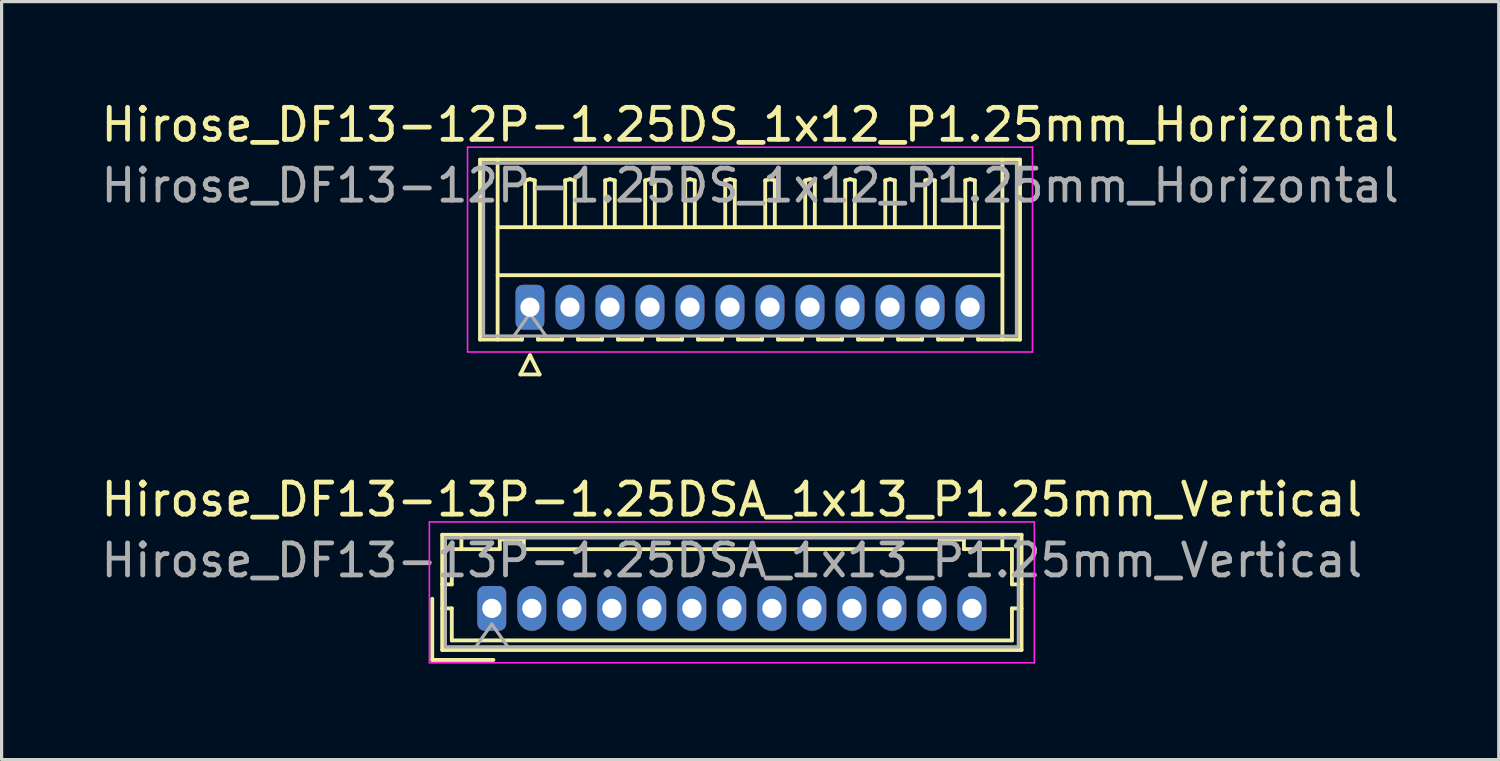
<source format=kicad_pcb>
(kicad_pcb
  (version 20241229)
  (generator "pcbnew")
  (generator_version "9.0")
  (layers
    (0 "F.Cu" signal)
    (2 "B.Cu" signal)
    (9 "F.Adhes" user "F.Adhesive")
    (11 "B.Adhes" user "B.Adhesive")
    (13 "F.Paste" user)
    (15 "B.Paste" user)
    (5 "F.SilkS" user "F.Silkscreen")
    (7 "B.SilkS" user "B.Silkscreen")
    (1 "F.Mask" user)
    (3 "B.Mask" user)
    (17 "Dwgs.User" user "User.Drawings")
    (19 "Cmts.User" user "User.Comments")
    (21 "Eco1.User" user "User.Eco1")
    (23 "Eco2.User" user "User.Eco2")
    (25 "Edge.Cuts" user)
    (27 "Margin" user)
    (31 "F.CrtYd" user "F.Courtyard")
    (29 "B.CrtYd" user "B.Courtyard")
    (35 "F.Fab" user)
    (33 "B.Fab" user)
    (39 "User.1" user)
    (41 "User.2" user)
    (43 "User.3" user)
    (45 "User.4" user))
  (footprint "Hirose_DF13-12P-1.25DS_1x12_P1.25mm_Horizontal"
    (layer "F.Cu")
    (at 13.507 6.548)
    (property "Reference" "Hirose_DF13-12P-1.25DS_1x12_P1.25mm_Horizontal" (at 6.88 -5.7 0) (layer "F.SilkS") (effects (font (size 1 1) (thickness 0.15))))
    (attr through_hole)
    (fp_line (start -1.56 -4.61) (end 15.31 -4.61) (stroke (width 0.12) (type solid)) (layer "F.SilkS"))
    (fp_line (start -1.56 1.01) (end -1.56 -4.61) (stroke (width 0.12) (type solid)) (layer "F.SilkS"))
    (fp_line (start -1.01 -4.61) (end -1.01 1.01) (stroke (width 0.12) (type solid)) (layer "F.SilkS"))
    (fp_line (start -1.01 -2.5) (end 14.76 -2.5) (stroke (width 0.12) (type solid)) (layer "F.SilkS"))
    (fp_line (start -1.01 -1) (end 14.76 -1) (stroke (width 0.12) (type solid)) (layer "F.SilkS"))
    (fp_line (start -0.3 2.1) (end 0.3 2.1) (stroke (width 0.12) (type solid)) (layer "F.SilkS"))
    (fp_line (start -0.25 0.96) (end -0.25 1.01) (stroke (width 0.12) (type solid)) (layer "F.SilkS"))
    (fp_line (start -0.25 1.01) (end -1.56 1.01) (stroke (width 0.12) (type solid)) (layer "F.SilkS"))
    (fp_line (start -0.15 -3.962) (end 0 -4) (stroke (width 0.12) (type solid)) (layer "F.SilkS"))
    (fp_line (start -0.15 -2.5) (end -0.15 -3.962) (stroke (width 0.12) (type solid)) (layer "F.SilkS"))
    (fp_line (start 0 -4) (end 0.15 -3.962) (stroke (width 0.12) (type solid)) (layer "F.SilkS"))
    (fp_line (start 0 1.5) (end -0.3 2.1) (stroke (width 0.12) (type solid)) (layer "F.SilkS"))
    (fp_line (start 0.15 -3.962) (end 0.15 -2.5) (stroke (width 0.12) (type solid)) (layer "F.SilkS"))
    (fp_line (start 0.25 0.96) (end 0.25 1.01) (stroke (width 0.12) (type solid)) (layer "F.SilkS"))
    (fp_line (start 0.25 1.01) (end 1 1.01) (stroke (width 0.12) (type solid)) (layer "F.SilkS"))
    (fp_line (start 0.3 2.1) (end 0 1.5) (stroke (width 0.12) (type solid)) (layer "F.SilkS"))
    (fp_line (start 1 1.01) (end 1 0.96) (stroke (width 0.12) (type solid)) (layer "F.SilkS"))
    (fp_line (start 1.1 -3.962) (end 1.25 -4) (stroke (width 0.12) (type solid)) (layer "F.SilkS"))
    (fp_line (start 1.1 -2.5) (end 1.1 -3.962) (stroke (width 0.12) (type solid)) (layer "F.SilkS"))
    (fp_line (start 1.25 -4) (end 1.4 -3.962) (stroke (width 0.12) (type solid)) (layer "F.SilkS"))
    (fp_line (start 1.4 -3.962) (end 1.4 -2.5) (stroke (width 0.12) (type solid)) (layer "F.SilkS"))
    (fp_line (start 1.5 0.96) (end 1.5 1.01) (stroke (width 0.12) (type solid)) (layer "F.SilkS"))
    (fp_line (start 1.5 1.01) (end 2.25 1.01) (stroke (width 0.12) (type solid)) (layer "F.SilkS"))
    (fp_line (start 2.25 1.01) (end 2.25 0.96) (stroke (width 0.12) (type solid)) (layer "F.SilkS"))
    (fp_line (start 2.35 -3.962) (end 2.5 -4) (stroke (width 0.12) (type solid)) (layer "F.SilkS"))
    (fp_line (start 2.35 -2.5) (end 2.35 -3.962) (stroke (width 0.12) (type solid)) (layer "F.SilkS"))
    (fp_line (start 2.5 -4) (end 2.65 -3.962) (stroke (width 0.12) (type solid)) (layer "F.SilkS"))
    (fp_line (start 2.65 -3.962) (end 2.65 -2.5) (stroke (width 0.12) (type solid)) (layer "F.SilkS"))
    (fp_line (start 2.75 0.96) (end 2.75 1.01) (stroke (width 0.12) (type solid)) (layer "F.SilkS"))
    (fp_line (start 2.75 1.01) (end 3.5 1.01) (stroke (width 0.12) (type solid)) (layer "F.SilkS"))
    (fp_line (start 3.5 1.01) (end 3.5 0.96) (stroke (width 0.12) (type solid)) (layer "F.SilkS"))
    (fp_line (start 3.6 -3.962) (end 3.75 -4) (stroke (width 0.12) (type solid)) (layer "F.SilkS"))
    (fp_line (start 3.6 -2.5) (end 3.6 -3.962) (stroke (width 0.12) (type solid)) (layer "F.SilkS"))
    (fp_line (start 3.75 -4) (end 3.9 -3.962) (stroke (width 0.12) (type solid)) (layer "F.SilkS"))
    (fp_line (start 3.9 -3.962) (end 3.9 -2.5) (stroke (width 0.12) (type solid)) (layer "F.SilkS"))
    (fp_line (start 4 0.96) (end 4 1.01) (stroke (width 0.12) (type solid)) (layer "F.SilkS"))
    (fp_line (start 4 1.01) (end 4.75 1.01) (stroke (width 0.12) (type solid)) (layer "F.SilkS"))
    (fp_line (start 4.75 1.01) (end 4.75 0.96) (stroke (width 0.12) (type solid)) (layer "F.SilkS"))
    (fp_line (start 4.85 -3.962) (end 5 -4) (stroke (width 0.12) (type solid)) (layer "F.SilkS"))
    (fp_line (start 4.85 -2.5) (end 4.85 -3.962) (stroke (width 0.12) (type solid)) (layer "F.SilkS"))
    (fp_line (start 5 -4) (end 5.15 -3.962) (stroke (width 0.12) (type solid)) (layer "F.SilkS"))
    (fp_line (start 5.15 -3.962) (end 5.15 -2.5) (stroke (width 0.12) (type solid)) (layer "F.SilkS"))
    (fp_line (start 5.25 0.96) (end 5.25 1.01) (stroke (width 0.12) (type solid)) (layer "F.SilkS"))
    (fp_line (start 5.25 1.01) (end 6 1.01) (stroke (width 0.12) (type solid)) (layer "F.SilkS"))
    (fp_line (start 6 1.01) (end 6 0.96) (stroke (width 0.12) (type solid)) (layer "F.SilkS"))
    (fp_line (start 6.1 -3.962) (end 6.25 -4) (stroke (width 0.12) (type solid)) (layer "F.SilkS"))
    (fp_line (start 6.1 -2.5) (end 6.1 -3.962) (stroke (width 0.12) (type solid)) (layer "F.SilkS"))
    (fp_line (start 6.25 -4) (end 6.4 -3.962) (stroke (width 0.12) (type solid)) (layer "F.SilkS"))
    (fp_line (start 6.4 -3.962) (end 6.4 -2.5) (stroke (width 0.12) (type solid)) (layer "F.SilkS"))
    (fp_line (start 6.5 0.96) (end 6.5 1.01) (stroke (width 0.12) (type solid)) (layer "F.SilkS"))
    (fp_line (start 6.5 1.01) (end 7.25 1.01) (stroke (width 0.12) (type solid)) (layer "F.SilkS"))
    (fp_line (start 7.25 1.01) (end 7.25 0.96) (stroke (width 0.12) (type solid)) (layer "F.SilkS"))
    (fp_line (start 7.35 -3.962) (end 7.5 -4) (stroke (width 0.12) (type solid)) (layer "F.SilkS"))
    (fp_line (start 7.35 -2.5) (end 7.35 -3.962) (stroke (width 0.12) (type solid)) (layer "F.SilkS"))
    (fp_line (start 7.5 -4) (end 7.65 -3.962) (stroke (width 0.12) (type solid)) (layer "F.SilkS"))
    (fp_line (start 7.65 -3.962) (end 7.65 -2.5) (stroke (width 0.12) (type solid)) (layer "F.SilkS"))
    (fp_line (start 7.75 0.96) (end 7.75 1.01) (stroke (width 0.12) (type solid)) (layer "F.SilkS"))
    (fp_line (start 7.75 1.01) (end 8.5 1.01) (stroke (width 0.12) (type solid)) (layer "F.SilkS"))
    (fp_line (start 8.5 1.01) (end 8.5 0.96) (stroke (width 0.12) (type solid)) (layer "F.SilkS"))
    (fp_line (start 8.6 -3.962) (end 8.75 -4) (stroke (width 0.12) (type solid)) (layer "F.SilkS"))
    (fp_line (start 8.6 -2.5) (end 8.6 -3.962) (stroke (width 0.12) (type solid)) (layer "F.SilkS"))
    (fp_line (start 8.75 -4) (end 8.9 -3.962) (stroke (width 0.12) (type solid)) (layer "F.SilkS"))
    (fp_line (start 8.9 -3.962) (end 8.9 -2.5) (stroke (width 0.12) (type solid)) (layer "F.SilkS"))
    (fp_line (start 9 0.96) (end 9 1.01) (stroke (width 0.12) (type solid)) (layer "F.SilkS"))
    (fp_line (start 9 1.01) (end 9.75 1.01) (stroke (width 0.12) (type solid)) (layer "F.SilkS"))
    (fp_line (start 9.75 1.01) (end 9.75 0.96) (stroke (width 0.12) (type solid)) (layer "F.SilkS"))
    (fp_line (start 9.85 -3.962) (end 10 -4) (stroke (width 0.12) (type solid)) (layer "F.SilkS"))
    (fp_line (start 9.85 -2.5) (end 9.85 -3.962) (stroke (width 0.12) (type solid)) (layer "F.SilkS"))
    (fp_line (start 10 -4) (end 10.15 -3.962) (stroke (width 0.12) (type solid)) (layer "F.SilkS"))
    (fp_line (start 10.15 -3.962) (end 10.15 -2.5) (stroke (width 0.12) (type solid)) (layer "F.SilkS"))
    (fp_line (start 10.25 0.96) (end 10.25 1.01) (stroke (width 0.12) (type solid)) (layer "F.SilkS"))
    (fp_line (start 10.25 1.01) (end 11 1.01) (stroke (width 0.12) (type solid)) (layer "F.SilkS"))
    (fp_line (start 11 1.01) (end 11 0.96) (stroke (width 0.12) (type solid)) (layer "F.SilkS"))
    (fp_line (start 11.1 -3.962) (end 11.25 -4) (stroke (width 0.12) (type solid)) (layer "F.SilkS"))
    (fp_line (start 11.1 -2.5) (end 11.1 -3.962) (stroke (width 0.12) (type solid)) (layer "F.SilkS"))
    (fp_line (start 11.25 -4) (end 11.4 -3.962) (stroke (width 0.12) (type solid)) (layer "F.SilkS"))
    (fp_line (start 11.4 -3.962) (end 11.4 -2.5) (stroke (width 0.12) (type solid)) (layer "F.SilkS"))
    (fp_line (start 11.5 0.96) (end 11.5 1.01) (stroke (width 0.12) (type solid)) (layer "F.SilkS"))
    (fp_line (start 11.5 1.01) (end 12.25 1.01) (stroke (width 0.12) (type solid)) (layer "F.SilkS"))
    (fp_line (start 12.25 1.01) (end 12.25 0.96) (stroke (width 0.12) (type solid)) (layer "F.SilkS"))
    (fp_line (start 12.35 -3.962) (end 12.5 -4) (stroke (width 0.12) (type solid)) (layer "F.SilkS"))
    (fp_line (start 12.35 -2.5) (end 12.35 -3.962) (stroke (width 0.12) (type solid)) (layer "F.SilkS"))
    (fp_line (start 12.5 -4) (end 12.65 -3.962) (stroke (width 0.12) (type solid)) (layer "F.SilkS"))
    (fp_line (start 12.65 -3.962) (end 12.65 -2.5) (stroke (width 0.12) (type solid)) (layer "F.SilkS"))
    (fp_line (start 12.75 0.96) (end 12.75 1.01) (stroke (width 0.12) (type solid)) (layer "F.SilkS"))
    (fp_line (start 12.75 1.01) (end 13.5 1.01) (stroke (width 0.12) (type solid)) (layer "F.SilkS"))
    (fp_line (start 13.5 1.01) (end 13.5 0.96) (stroke (width 0.12) (type solid)) (layer "F.SilkS"))
    (fp_line (start 13.6 -3.962) (end 13.75 -4) (stroke (width 0.12) (type solid)) (layer "F.SilkS"))
    (fp_line (start 13.6 -2.5) (end 13.6 -3.962) (stroke (width 0.12) (type solid)) (layer "F.SilkS"))
    (fp_line (start 13.75 -4) (end 13.9 -3.962) (stroke (width 0.12) (type solid)) (layer "F.SilkS"))
    (fp_line (start 13.9 -3.962) (end 13.9 -2.5) (stroke (width 0.12) (type solid)) (layer "F.SilkS"))
    (fp_line (start 14 1.01) (end 14 0.96) (stroke (width 0.12) (type solid)) (layer "F.SilkS"))
    (fp_line (start 14.76 -4.61) (end 14.76 1.01) (stroke (width 0.12) (type solid)) (layer "F.SilkS"))
    (fp_line (start 15.31 -4.61) (end 15.31 1.01) (stroke (width 0.12) (type solid)) (layer "F.SilkS"))
    (fp_line (start 15.31 1.01) (end 14 1.01) (stroke (width 0.12) (type solid)) (layer "F.SilkS"))
    (fp_line (start -1.95 -5) (end -1.95 1.4) (stroke (width 0.05) (type solid)) (layer "F.CrtYd"))
    (fp_line (start -1.95 1.4) (end 15.7 1.4) (stroke (width 0.05) (type solid)) (layer "F.CrtYd"))
    (fp_line (start 15.7 -5) (end -1.95 -5) (stroke (width 0.05) (type solid)) (layer "F.CrtYd"))
    (fp_line (start 15.7 1.4) (end 15.7 -5) (stroke (width 0.05) (type solid)) (layer "F.CrtYd"))
    (fp_line (start -1.45 -4.5) (end -1.45 0.9) (stroke (width 0.1) (type solid)) (layer "F.Fab"))
    (fp_line (start -1.45 0.9) (end 15.2 0.9) (stroke (width 0.1) (type solid)) (layer "F.Fab"))
    (fp_line (start -0.5 0.9) (end 0 0.193) (stroke (width 0.1) (type solid)) (layer "F.Fab"))
    (fp_line (start 0 0.193) (end 0.5 0.9) (stroke (width 0.1) (type solid)) (layer "F.Fab"))
    (fp_line (start 15.2 -4.5) (end -1.45 -4.5) (stroke (width 0.1) (type solid)) (layer "F.Fab"))
    (fp_line (start 15.2 0.9) (end 15.2 -4.5) (stroke (width 0.1) (type solid)) (layer "F.Fab"))
    (fp_text user "${REFERENCE}" (at 6.88 -3.8 0) (layer "F.Fab") (effects (font (size 1 1) (thickness 0.15))))
    (pad "1" thru_hole roundrect (at 0 0) (size 0.9 1.4) (drill 0.6) (layers "*.Cu" "*.Mask") (roundrect_rratio 0.25))
    (pad "2" thru_hole oval (at 1.25 0) (size 0.9 1.4) (drill 0.6) (layers "*.Cu" "*.Mask"))
    (pad "3" thru_hole oval (at 2.5 0) (size 0.9 1.4) (drill 0.6) (layers "*.Cu" "*.Mask"))
    (pad "4" thru_hole oval (at 3.75 0) (size 0.9 1.4) (drill 0.6) (layers "*.Cu" "*.Mask"))
    (pad "5" thru_hole oval (at 5 0) (size 0.9 1.4) (drill 0.6) (layers "*.Cu" "*.Mask"))
    (pad "6" thru_hole oval (at 6.25 0) (size 0.9 1.4) (drill 0.6) (layers "*.Cu" "*.Mask"))
    (pad "7" thru_hole oval (at 7.5 0) (size 0.9 1.4) (drill 0.6) (layers "*.Cu" "*.Mask"))
    (pad "8" thru_hole oval (at 8.75 0) (size 0.9 1.4) (drill 0.6) (layers "*.Cu" "*.Mask"))
    (pad "9" thru_hole oval (at 10 0) (size 0.9 1.4) (drill 0.6) (layers "*.Cu" "*.Mask"))
    (pad "10" thru_hole oval (at 11.25 0) (size 0.9 1.4) (drill 0.6) (layers "*.Cu" "*.Mask"))
    (pad "11" thru_hole oval (at 12.5 0) (size 0.9 1.4) (drill 0.6) (layers "*.Cu" "*.Mask"))
    (pad "12" thru_hole oval (at 13.75 0) (size 0.9 1.4) (drill 0.6) (layers "*.Cu" "*.Mask")))
  (footprint "Hirose_DF13-13P-1.25DSA_1x13_P1.25mm_Vertical"
    (layer "F.Cu")
    (at 12.315 15.957)
    (property "Reference" "Hirose_DF13-13P-1.25DSA_1x13_P1.25mm_Vertical" (at 7.5 -3.4 0) (layer "F.SilkS") (effects (font (size 1 1) (thickness 0.15))))
    (attr through_hole)
    (fp_line (start -1.86 -0.3) (end -1.86 1.61) (stroke (width 0.12) (type solid)) (layer "F.SilkS"))
    (fp_line (start -1.86 1.61) (end 0.05 1.61) (stroke (width 0.12) (type solid)) (layer "F.SilkS"))
    (fp_line (start -1.55 -2.3) (end -1.55 1.3) (stroke (width 0.12) (type solid)) (layer "F.SilkS"))
    (fp_line (start -1.55 -0.75) (end -1.25 -0.75) (stroke (width 0.12) (type solid)) (layer "F.SilkS"))
    (fp_line (start -1.55 0) (end -1.25 0) (stroke (width 0.12) (type solid)) (layer "F.SilkS"))
    (fp_line (start -1.55 1.3) (end 16.55 1.3) (stroke (width 0.12) (type solid)) (layer "F.SilkS"))
    (fp_line (start -1.25 -1.85) (end -0.95 -1.85) (stroke (width 0.12) (type solid)) (layer "F.SilkS"))
    (fp_line (start -1.25 -0.75) (end -1.25 -1.85) (stroke (width 0.12) (type solid)) (layer "F.SilkS"))
    (fp_line (start -1.25 0) (end -1.25 1) (stroke (width 0.12) (type solid)) (layer "F.SilkS"))
    (fp_line (start -1.25 1) (end 16.25 1) (stroke (width 0.12) (type solid)) (layer "F.SilkS"))
    (fp_line (start -0.95 -1.85) (end -0.95 -2.3) (stroke (width 0.12) (type solid)) (layer "F.SilkS"))
    (fp_line (start -0.95 -1.85) (end 0.25 -1.85) (stroke (width 0.12) (type solid)) (layer "F.SilkS"))
    (fp_line (start 0.25 -2.15) (end 1 -2.15) (stroke (width 0.12) (type solid)) (layer "F.SilkS"))
    (fp_line (start 0.25 -1.85) (end 0.25 -2.15) (stroke (width 0.12) (type solid)) (layer "F.SilkS"))
    (fp_line (start 1 -2.15) (end 1 -1.85) (stroke (width 0.12) (type solid)) (layer "F.SilkS"))
    (fp_line (start 1 -1.85) (end 14 -1.85) (stroke (width 0.12) (type solid)) (layer "F.SilkS"))
    (fp_line (start 14 -2.15) (end 14.75 -2.15) (stroke (width 0.12) (type solid)) (layer "F.SilkS"))
    (fp_line (start 14 -1.85) (end 14 -2.15) (stroke (width 0.12) (type solid)) (layer "F.SilkS"))
    (fp_line (start 14.75 -2.15) (end 14.75 -1.85) (stroke (width 0.12) (type solid)) (layer "F.SilkS"))
    (fp_line (start 14.75 -1.85) (end 15.95 -1.85) (stroke (width 0.12) (type solid)) (layer "F.SilkS"))
    (fp_line (start 15.95 -1.85) (end 15.95 -2.3) (stroke (width 0.12) (type solid)) (layer "F.SilkS"))
    (fp_line (start 16.25 -1.85) (end 15.95 -1.85) (stroke (width 0.12) (type solid)) (layer "F.SilkS"))
    (fp_line (start 16.25 -0.75) (end 16.25 -1.85) (stroke (width 0.12) (type solid)) (layer "F.SilkS"))
    (fp_line (start 16.25 0) (end 16.55 0) (stroke (width 0.12) (type solid)) (layer "F.SilkS"))
    (fp_line (start 16.25 1) (end 16.25 0) (stroke (width 0.12) (type solid)) (layer "F.SilkS"))
    (fp_line (start 16.55 -2.3) (end -1.55 -2.3) (stroke (width 0.12) (type solid)) (layer "F.SilkS"))
    (fp_line (start 16.55 -0.75) (end 16.25 -0.75) (stroke (width 0.12) (type solid)) (layer "F.SilkS"))
    (fp_line (start 16.55 1.3) (end 16.55 -2.3) (stroke (width 0.12) (type solid)) (layer "F.SilkS"))
    (fp_line (start -1.95 -2.7) (end -1.95 1.7) (stroke (width 0.05) (type solid)) (layer "F.CrtYd"))
    (fp_line (start -1.95 1.7) (end 16.95 1.7) (stroke (width 0.05) (type solid)) (layer "F.CrtYd"))
    (fp_line (start 16.95 -2.7) (end -1.95 -2.7) (stroke (width 0.05) (type solid)) (layer "F.CrtYd"))
    (fp_line (start 16.95 1.7) (end 16.95 -2.7) (stroke (width 0.05) (type solid)) (layer "F.CrtYd"))
    (fp_line (start -1.45 -2.2) (end -1.45 1.2) (stroke (width 0.1) (type solid)) (layer "F.Fab"))
    (fp_line (start -1.45 1.2) (end 16.45 1.2) (stroke (width 0.1) (type solid)) (layer "F.Fab"))
    (fp_line (start -0.5 1.2) (end 0 0.493) (stroke (width 0.1) (type solid)) (layer "F.Fab"))
    (fp_line (start 0 0.493) (end 0.5 1.2) (stroke (width 0.1) (type solid)) (layer "F.Fab"))
    (fp_line (start 16.45 -2.2) (end -1.45 -2.2) (stroke (width 0.1) (type solid)) (layer "F.Fab"))
    (fp_line (start 16.45 1.2) (end 16.45 -2.2) (stroke (width 0.1) (type solid)) (layer "F.Fab"))
    (fp_text user "${REFERENCE}" (at 7.5 -1.5 0) (layer "F.Fab") (effects (font (size 1 1) (thickness 0.15))))
    (pad "1" thru_hole roundrect (at 0 0) (size 0.9 1.4) (drill 0.6) (layers "*.Cu" "*.Mask") (roundrect_rratio 0.25))
    (pad "2" thru_hole oval (at 1.25 0) (size 0.9 1.4) (drill 0.6) (layers "*.Cu" "*.Mask"))
    (pad "3" thru_hole oval (at 2.5 0) (size 0.9 1.4) (drill 0.6) (layers "*.Cu" "*.Mask"))
    (pad "4" thru_hole oval (at 3.75 0) (size 0.9 1.4) (drill 0.6) (layers "*.Cu" "*.Mask"))
    (pad "5" thru_hole oval (at 5 0) (size 0.9 1.4) (drill 0.6) (layers "*.Cu" "*.Mask"))
    (pad "6" thru_hole oval (at 6.25 0) (size 0.9 1.4) (drill 0.6) (layers "*.Cu" "*.Mask"))
    (pad "7" thru_hole oval (at 7.5 0) (size 0.9 1.4) (drill 0.6) (layers "*.Cu" "*.Mask"))
    (pad "8" thru_hole oval (at 8.75 0) (size 0.9 1.4) (drill 0.6) (layers "*.Cu" "*.Mask"))
    (pad "9" thru_hole oval (at 10 0) (size 0.9 1.4) (drill 0.6) (layers "*.Cu" "*.Mask"))
    (pad "10" thru_hole oval (at 11.25 0) (size 0.9 1.4) (drill 0.6) (layers "*.Cu" "*.Mask"))
    (pad "11" thru_hole oval (at 12.5 0) (size 0.9 1.4) (drill 0.6) (layers "*.Cu" "*.Mask"))
    (pad "12" thru_hole oval (at 13.75 0) (size 0.9 1.4) (drill 0.6) (layers "*.Cu" "*.Mask"))
    (pad "13" thru_hole oval (at 15 0) (size 0.9 1.4) (drill 0.6) (layers "*.Cu" "*.Mask")))
  (gr_rect
    (start -3 -3)
    (end 43.774 20.681)
    (stroke (width 0.1) (type default))
    (fill no)
    (layer "Edge.Cuts")))
</source>
